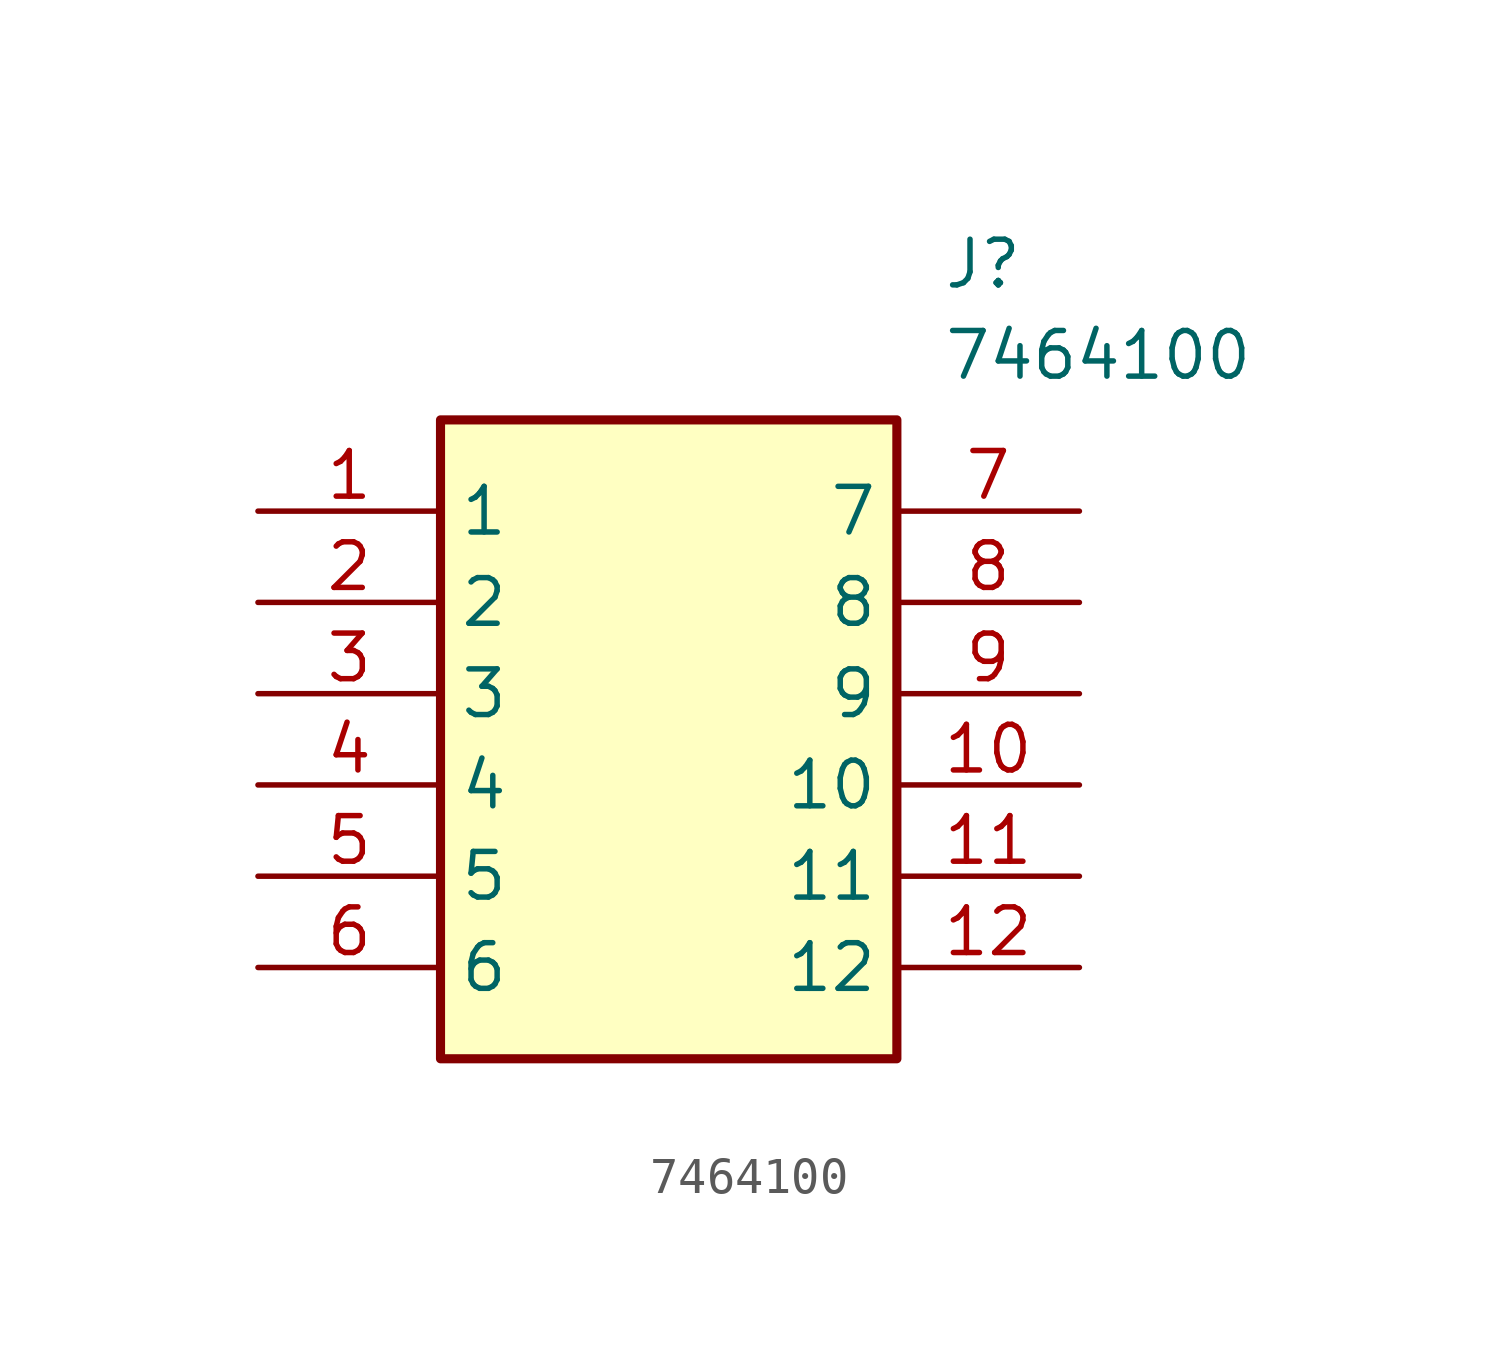
<source format=kicad_sym>
(kicad_symbol_lib
  (version 20211014)
  (generator SamacSys_ECAD_Model)
  (symbol "7464100"
    (property "Reference" "J"
      (at 19.05 7.62 0)
      (effects (font (size 1.27 1.27)) (justify left top)))
    (property "Value" "7464100"
      (at 19.05 5.08 0)
      (effects (font (size 1.27 1.27)) (justify left top)))
    (rectangle
      (start 5.08 2.54)
      (end 17.78 -15.24)
      (stroke (width 0.254) (type default))
      (fill (type background)))
    (pin passive line
      (at 0 0 0)
      (length 5.08)
      (name "1" (effects (font (size 1.27 1.27))))
      (number "1" (effects (font (size 1.27 1.27)))))
    (pin passive line
      (at 0 -2.54 0)
      (length 5.08)
      (name "2" (effects (font (size 1.27 1.27))))
      (number "2" (effects (font (size 1.27 1.27)))))
    (pin passive line
      (at 0 -5.08 0)
      (length 5.08)
      (name "3" (effects (font (size 1.27 1.27))))
      (number "3" (effects (font (size 1.27 1.27)))))
    (pin passive line
      (at 0 -7.62 0)
      (length 5.08)
      (name "4" (effects (font (size 1.27 1.27))))
      (number "4" (effects (font (size 1.27 1.27)))))
    (pin passive line
      (at 0 -10.16 0)
      (length 5.08)
      (name "5" (effects (font (size 1.27 1.27))))
      (number "5" (effects (font (size 1.27 1.27)))))
    (pin passive line
      (at 0 -12.7 0)
      (length 5.08)
      (name "6" (effects (font (size 1.27 1.27))))
      (number "6" (effects (font (size 1.27 1.27)))))
    (pin passive line
      (at 22.86 0 180)
      (length 5.08)
      (name "7" (effects (font (size 1.27 1.27))))
      (number "7" (effects (font (size 1.27 1.27)))))
    (pin passive line
      (at 22.86 -2.54 180)
      (length 5.08)
      (name "8" (effects (font (size 1.27 1.27))))
      (number "8" (effects (font (size 1.27 1.27)))))
    (pin passive line
      (at 22.86 -5.08 180)
      (length 5.08)
      (name "9" (effects (font (size 1.27 1.27))))
      (number "9" (effects (font (size 1.27 1.27)))))
    (pin passive line
      (at 22.86 -7.62 180)
      (length 5.08)
      (name "10" (effects (font (size 1.27 1.27))))
      (number "10" (effects (font (size 1.27 1.27)))))
    (pin passive line
      (at 22.86 -10.16 180)
      (length 5.08)
      (name "11" (effects (font (size 1.27 1.27))))
      (number "11" (effects (font (size 1.27 1.27)))))
    (pin passive line
      (at 22.86 -12.7 180)
      (length 5.08)
      (name "12" (effects (font (size 1.27 1.27))))
      (number "12" (effects (font (size 1.27 1.27)))))))
</source>
